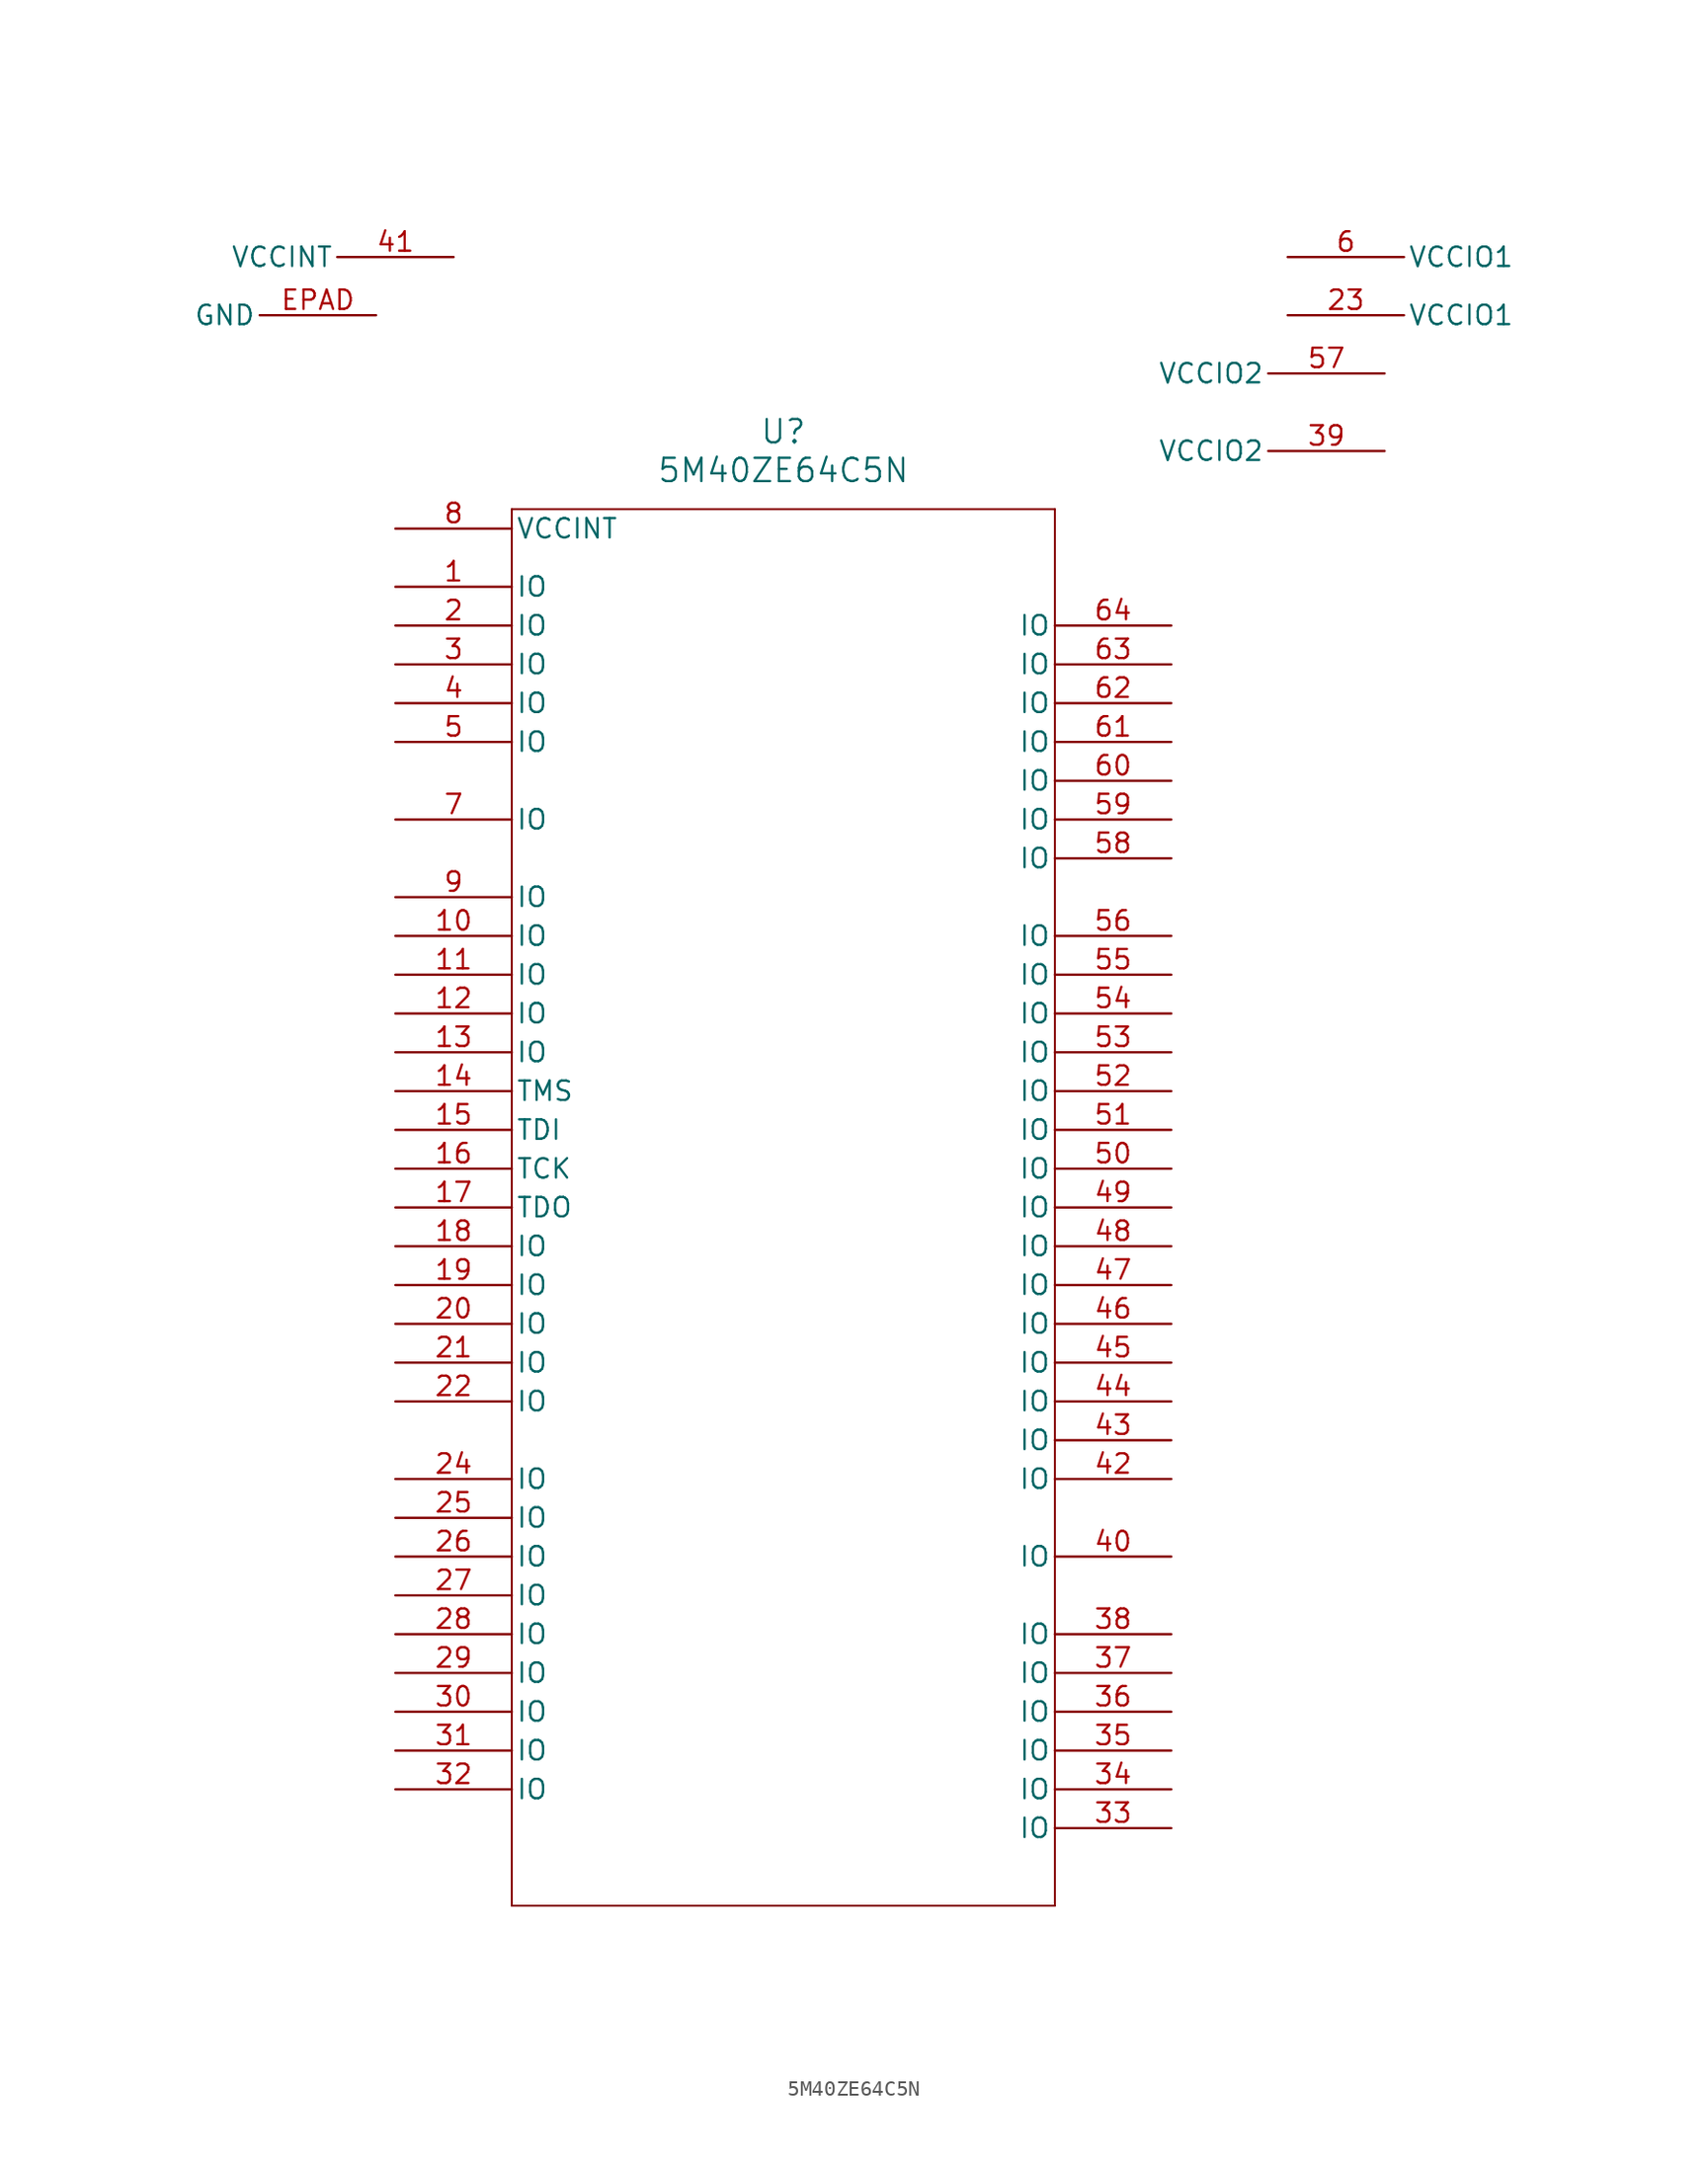
<source format=kicad_sym>
(kicad_symbol_lib
  (version 20220914)
  (generator kicad_symbol_editor)
  (symbol "5M40ZE64C5N"
    (pin_names
      (offset 0.254))
    (property "Reference" "U"
      (at 25.4 10.16 0)
      (effects (font (size 1.524 1.524))))
    (property "Value" "5M40ZE64C5N"
      (at 25.4 7.62 0)
      (effects (font (size 1.524 1.524))))
    (symbol "5M40ZE64C5N_0_1"
      (polyline (pts (xy 7.62 -86.36) (xy 43.18 -86.36)) (stroke (width 0.127) (type default)) (fill (type none)))
      (polyline (pts (xy 7.62 5.08) (xy 7.62 -86.36)) (stroke (width 0.127) (type default)) (fill (type none)))
      (polyline (pts (xy 43.18 -86.36) (xy 43.18 5.08)) (stroke (width 0.127) (type default)) (fill (type none)))
      (polyline (pts (xy 43.18 5.08) (xy 7.62 5.08)) (stroke (width 0.127) (type default)) (fill (type none)))
      (pin unspecified line (at 0 0 0) (length 7.62) (name "IO" (effects (font (size 1.27 1.27)))) (number "1" (effects (font (size 1.27 1.27)))))
      (pin unspecified line (at 0 -22.86 0) (length 7.62) (name "IO" (effects (font (size 1.27 1.27)))) (number "10" (effects (font (size 1.27 1.27)))))
      (pin unspecified line (at 0 -25.4 0) (length 7.62) (name "IO" (effects (font (size 1.27 1.27)))) (number "11" (effects (font (size 1.27 1.27)))))
      (pin unspecified line (at 0 -27.94 0) (length 7.62) (name "IO" (effects (font (size 1.27 1.27)))) (number "12" (effects (font (size 1.27 1.27)))))
      (pin unspecified line (at 0 -30.48 0) (length 7.62) (name "IO" (effects (font (size 1.27 1.27)))) (number "13" (effects (font (size 1.27 1.27)))))
      (pin unspecified line (at 0 -33.02 0) (length 7.62) (name "TMS" (effects (font (size 1.27 1.27)))) (number "14" (effects (font (size 1.27 1.27)))))
      (pin unspecified line (at 0 -35.56 0) (length 7.62) (name "TDI" (effects (font (size 1.27 1.27)))) (number "15" (effects (font (size 1.27 1.27)))))
      (pin unspecified line (at 0 -38.1 0) (length 7.62) (name "TCK" (effects (font (size 1.27 1.27)))) (number "16" (effects (font (size 1.27 1.27)))))
      (pin unspecified line (at 0 -40.64 0) (length 7.62) (name "TDO" (effects (font (size 1.27 1.27)))) (number "17" (effects (font (size 1.27 1.27)))))
      (pin unspecified line (at 0 -43.18 0) (length 7.62) (name "IO" (effects (font (size 1.27 1.27)))) (number "18" (effects (font (size 1.27 1.27)))))
      (pin unspecified line (at 0 -45.72 0) (length 7.62) (name "IO" (effects (font (size 1.27 1.27)))) (number "19" (effects (font (size 1.27 1.27)))))
      (pin unspecified line (at 0 -2.54 0) (length 7.62) (name "IO" (effects (font (size 1.27 1.27)))) (number "2" (effects (font (size 1.27 1.27)))))
      (pin unspecified line (at 0 -48.26 0) (length 7.62) (name "IO" (effects (font (size 1.27 1.27)))) (number "20" (effects (font (size 1.27 1.27)))))
      (pin unspecified line (at 0 -50.8 0) (length 7.62) (name "IO" (effects (font (size 1.27 1.27)))) (number "21" (effects (font (size 1.27 1.27)))))
      (pin unspecified line (at 0 -53.34 0) (length 7.62) (name "IO" (effects (font (size 1.27 1.27)))) (number "22" (effects (font (size 1.27 1.27)))))
      (pin power_in line (at 58.42 17.78 0) (length 7.62) (name "VCCIO1" (effects (font (size 1.27 1.27)))) (number "23" (effects (font (size 1.27 1.27)))))
      (pin unspecified line (at 0 -58.42 0) (length 7.62) (name "IO" (effects (font (size 1.27 1.27)))) (number "24" (effects (font (size 1.27 1.27)))))
      (pin unspecified line (at 0 -60.96 0) (length 7.62) (name "IO" (effects (font (size 1.27 1.27)))) (number "25" (effects (font (size 1.27 1.27)))))
      (pin unspecified line (at 0 -63.5 0) (length 7.62) (name "IO" (effects (font (size 1.27 1.27)))) (number "26" (effects (font (size 1.27 1.27)))))
      (pin unspecified line (at 0 -66.04 0) (length 7.62) (name "IO" (effects (font (size 1.27 1.27)))) (number "27" (effects (font (size 1.27 1.27)))))
      (pin unspecified line (at 0 -68.58 0) (length 7.62) (name "IO" (effects (font (size 1.27 1.27)))) (number "28" (effects (font (size 1.27 1.27)))))
      (pin unspecified line (at 0 -71.12 0) (length 7.62) (name "IO" (effects (font (size 1.27 1.27)))) (number "29" (effects (font (size 1.27 1.27)))))
      (pin unspecified line (at 0 -5.08 0) (length 7.62) (name "IO" (effects (font (size 1.27 1.27)))) (number "3" (effects (font (size 1.27 1.27)))))
      (pin unspecified line (at 0 -73.66 0) (length 7.62) (name "IO" (effects (font (size 1.27 1.27)))) (number "30" (effects (font (size 1.27 1.27)))))
      (pin unspecified line (at 0 -76.2 0) (length 7.62) (name "IO" (effects (font (size 1.27 1.27)))) (number "31" (effects (font (size 1.27 1.27)))))
      (pin unspecified line (at 0 -78.74 0) (length 7.62) (name "IO" (effects (font (size 1.27 1.27)))) (number "32" (effects (font (size 1.27 1.27)))))
      (pin unspecified line (at 50.8 -81.28 180) (length 7.62) (name "IO" (effects (font (size 1.27 1.27)))) (number "33" (effects (font (size 1.27 1.27)))))
      (pin unspecified line (at 50.8 -78.74 180) (length 7.62) (name "IO" (effects (font (size 1.27 1.27)))) (number "34" (effects (font (size 1.27 1.27)))))
      (pin unspecified line (at 50.8 -76.2 180) (length 7.62) (name "IO" (effects (font (size 1.27 1.27)))) (number "35" (effects (font (size 1.27 1.27)))))
      (pin unspecified line (at 50.8 -73.66 180) (length 7.62) (name "IO" (effects (font (size 1.27 1.27)))) (number "36" (effects (font (size 1.27 1.27)))))
      (pin unspecified line (at 50.8 -71.12 180) (length 7.62) (name "IO" (effects (font (size 1.27 1.27)))) (number "37" (effects (font (size 1.27 1.27)))))
      (pin unspecified line (at 50.8 -68.58 180) (length 7.62) (name "IO" (effects (font (size 1.27 1.27)))) (number "38" (effects (font (size 1.27 1.27)))))
      (pin power_in line (at 64.77 8.89 180) (length 7.62) (name "VCCIO2" (effects (font (size 1.27 1.27)))) (number "39" (effects (font (size 1.27 1.27)))))
      (pin unspecified line (at 0 -7.62 0) (length 7.62) (name "IO" (effects (font (size 1.27 1.27)))) (number "4" (effects (font (size 1.27 1.27)))))
      (pin unspecified line (at 50.8 -63.5 180) (length 7.62) (name "IO" (effects (font (size 1.27 1.27)))) (number "40" (effects (font (size 1.27 1.27)))))
      (pin power_in line (at 3.81 21.59 180) (length 7.62) (name "VCCINT" (effects (font (size 1.27 1.27)))) (number "41" (effects (font (size 1.27 1.27)))))
      (pin unspecified line (at 50.8 -58.42 180) (length 7.62) (name "IO" (effects (font (size 1.27 1.27)))) (number "42" (effects (font (size 1.27 1.27)))))
      (pin unspecified line (at 50.8 -55.88 180) (length 7.62) (name "IO" (effects (font (size 1.27 1.27)))) (number "43" (effects (font (size 1.27 1.27)))))
      (pin unspecified line (at 50.8 -53.34 180) (length 7.62) (name "IO" (effects (font (size 1.27 1.27)))) (number "44" (effects (font (size 1.27 1.27)))))
      (pin unspecified line (at 50.8 -50.8 180) (length 7.62) (name "IO" (effects (font (size 1.27 1.27)))) (number "45" (effects (font (size 1.27 1.27)))))
      (pin unspecified line (at 50.8 -48.26 180) (length 7.62) (name "IO" (effects (font (size 1.27 1.27)))) (number "46" (effects (font (size 1.27 1.27)))))
      (pin unspecified line (at 50.8 -45.72 180) (length 7.62) (name "IO" (effects (font (size 1.27 1.27)))) (number "47" (effects (font (size 1.27 1.27)))))
      (pin unspecified line (at 50.8 -43.18 180) (length 7.62) (name "IO" (effects (font (size 1.27 1.27)))) (number "48" (effects (font (size 1.27 1.27)))))
      (pin unspecified line (at 50.8 -40.64 180) (length 7.62) (name "IO" (effects (font (size 1.27 1.27)))) (number "49" (effects (font (size 1.27 1.27)))))
      (pin unspecified line (at 0 -10.16 0) (length 7.62) (name "IO" (effects (font (size 1.27 1.27)))) (number "5" (effects (font (size 1.27 1.27)))))
      (pin unspecified line (at 50.8 -38.1 180) (length 7.62) (name "IO" (effects (font (size 1.27 1.27)))) (number "50" (effects (font (size 1.27 1.27)))))
      (pin unspecified line (at 50.8 -35.56 180) (length 7.62) (name "IO" (effects (font (size 1.27 1.27)))) (number "51" (effects (font (size 1.27 1.27)))))
      (pin unspecified line (at 50.8 -33.02 180) (length 7.62) (name "IO" (effects (font (size 1.27 1.27)))) (number "52" (effects (font (size 1.27 1.27)))))
      (pin unspecified line (at 50.8 -30.48 180) (length 7.62) (name "IO" (effects (font (size 1.27 1.27)))) (number "53" (effects (font (size 1.27 1.27)))))
      (pin unspecified line (at 50.8 -27.94 180) (length 7.62) (name "IO" (effects (font (size 1.27 1.27)))) (number "54" (effects (font (size 1.27 1.27)))))
      (pin unspecified line (at 50.8 -25.4 180) (length 7.62) (name "IO" (effects (font (size 1.27 1.27)))) (number "55" (effects (font (size 1.27 1.27)))))
      (pin unspecified line (at 50.8 -22.86 180) (length 7.62) (name "IO" (effects (font (size 1.27 1.27)))) (number "56" (effects (font (size 1.27 1.27)))))
      (pin power_in line (at 64.77 13.97 180) (length 7.62) (name "VCCIO2" (effects (font (size 1.27 1.27)))) (number "57" (effects (font (size 1.27 1.27)))))
      (pin unspecified line (at 50.8 -17.78 180) (length 7.62) (name "IO" (effects (font (size 1.27 1.27)))) (number "58" (effects (font (size 1.27 1.27)))))
      (pin unspecified line (at 50.8 -15.24 180) (length 7.62) (name "IO" (effects (font (size 1.27 1.27)))) (number "59" (effects (font (size 1.27 1.27)))))
      (pin power_in line (at 58.42 21.59 0) (length 7.62) (name "VCCIO1" (effects (font (size 1.27 1.27)))) (number "6" (effects (font (size 1.27 1.27)))))
      (pin unspecified line (at 50.8 -12.7 180) (length 7.62) (name "IO" (effects (font (size 1.27 1.27)))) (number "60" (effects (font (size 1.27 1.27)))))
      (pin unspecified line (at 50.8 -10.16 180) (length 7.62) (name "IO" (effects (font (size 1.27 1.27)))) (number "61" (effects (font (size 1.27 1.27)))))
      (pin unspecified line (at 50.8 -7.62 180) (length 7.62) (name "IO" (effects (font (size 1.27 1.27)))) (number "62" (effects (font (size 1.27 1.27)))))
      (pin unspecified line (at 50.8 -5.08 180) (length 7.62) (name "IO" (effects (font (size 1.27 1.27)))) (number "63" (effects (font (size 1.27 1.27)))))
      (pin unspecified line (at 50.8 -2.54 180) (length 7.62) (name "IO" (effects (font (size 1.27 1.27)))) (number "64" (effects (font (size 1.27 1.27)))))
      (pin unspecified line (at 0 -15.24 0) (length 7.62) (name "IO" (effects (font (size 1.27 1.27)))) (number "7" (effects (font (size 1.27 1.27)))))
      (pin power_in line (at 0 3.81 0) (length 7.62) (name "VCCINT" (effects (font (size 1.27 1.27)))) (number "8" (effects (font (size 1.27 1.27)))))
      (pin unspecified line (at 0 -20.32 0) (length 7.62) (name "IO" (effects (font (size 1.27 1.27)))) (number "9" (effects (font (size 1.27 1.27)))))
      (pin power_out line (at -1.27 17.78 180) (length 7.62) (name "GND" (effects (font (size 1.27 1.27)))) (number "EPAD" (effects (font (size 1.27 1.27))))))))
</source>
